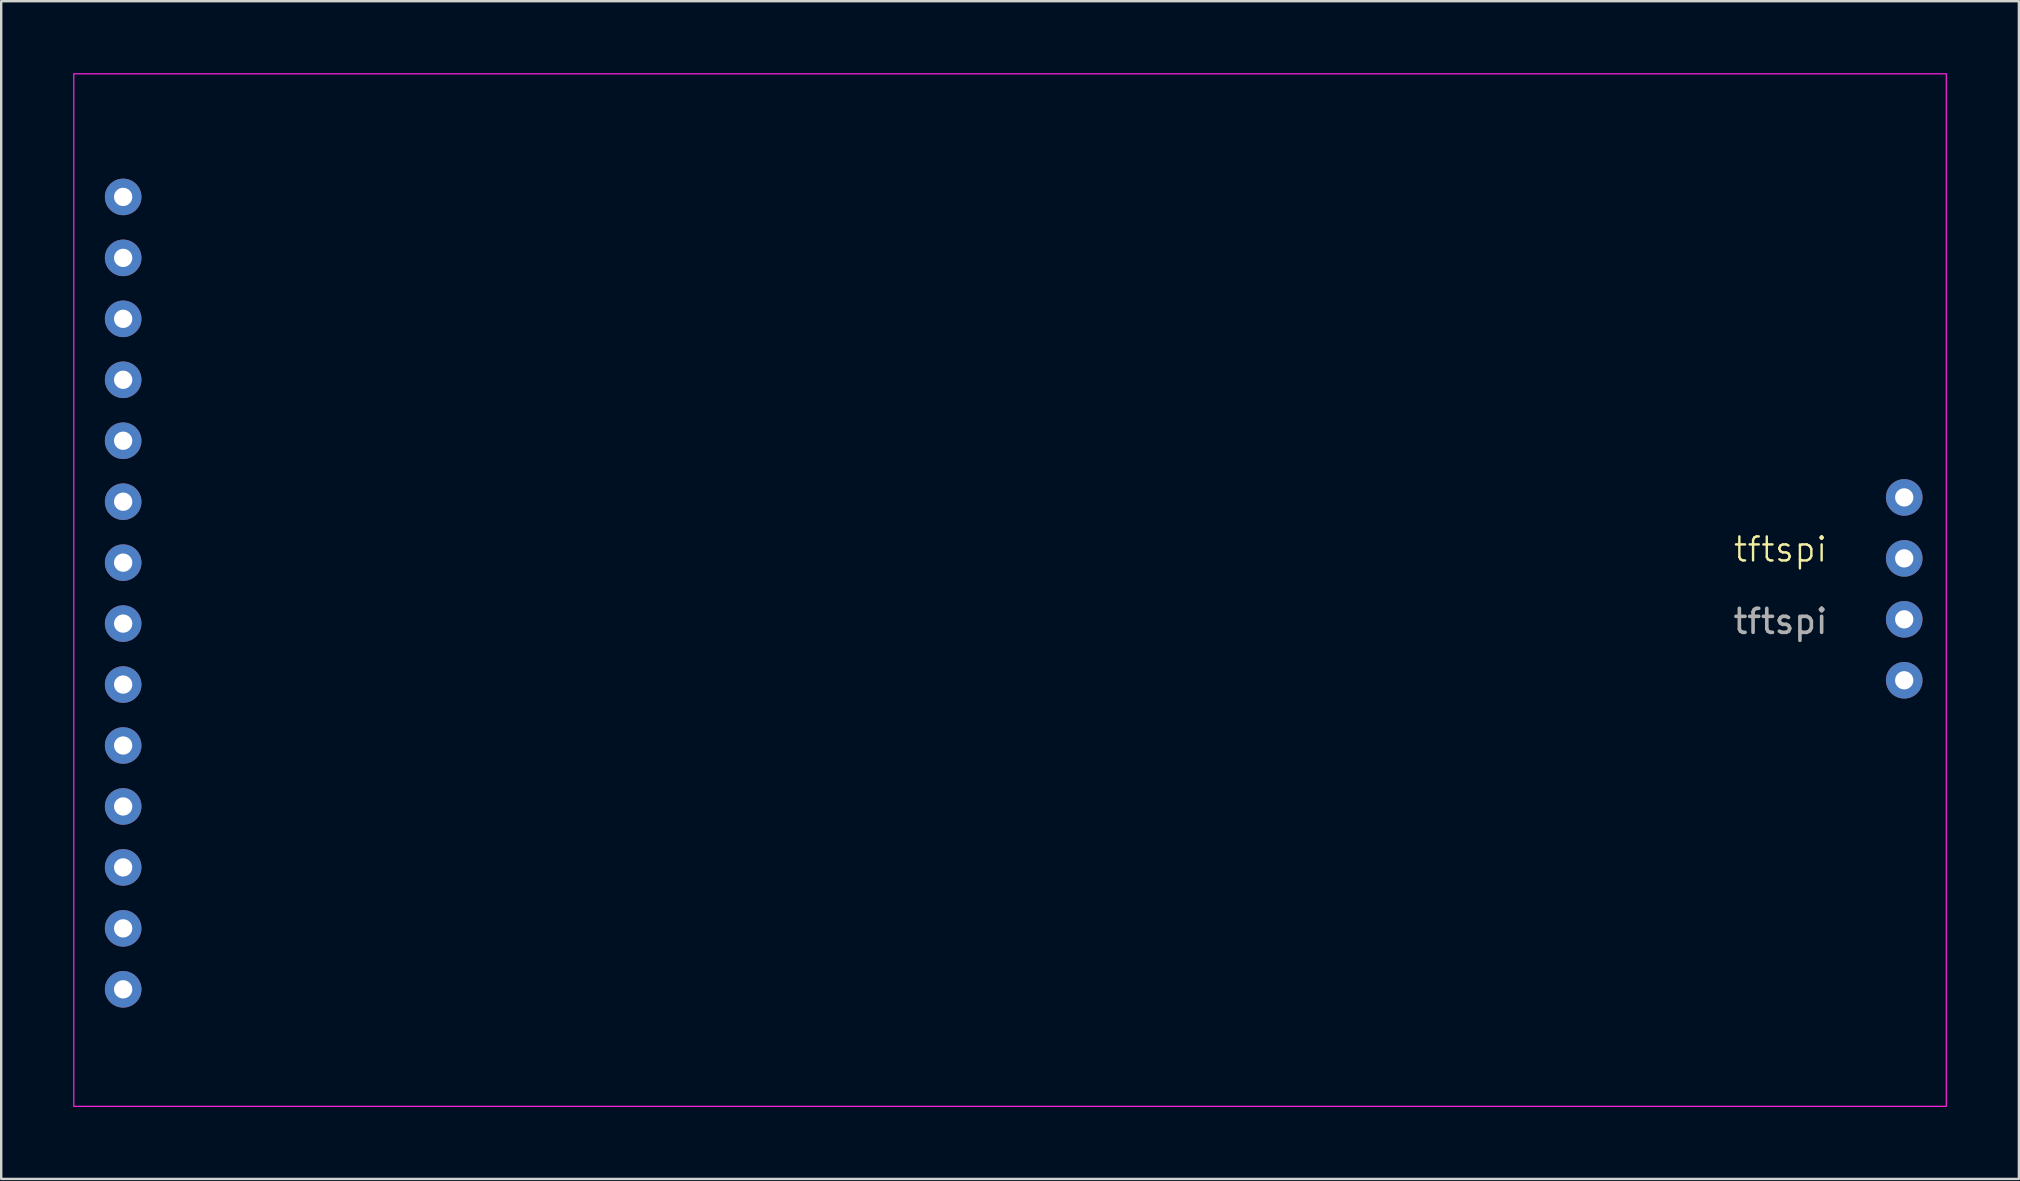
<source format=kicad_pcb>
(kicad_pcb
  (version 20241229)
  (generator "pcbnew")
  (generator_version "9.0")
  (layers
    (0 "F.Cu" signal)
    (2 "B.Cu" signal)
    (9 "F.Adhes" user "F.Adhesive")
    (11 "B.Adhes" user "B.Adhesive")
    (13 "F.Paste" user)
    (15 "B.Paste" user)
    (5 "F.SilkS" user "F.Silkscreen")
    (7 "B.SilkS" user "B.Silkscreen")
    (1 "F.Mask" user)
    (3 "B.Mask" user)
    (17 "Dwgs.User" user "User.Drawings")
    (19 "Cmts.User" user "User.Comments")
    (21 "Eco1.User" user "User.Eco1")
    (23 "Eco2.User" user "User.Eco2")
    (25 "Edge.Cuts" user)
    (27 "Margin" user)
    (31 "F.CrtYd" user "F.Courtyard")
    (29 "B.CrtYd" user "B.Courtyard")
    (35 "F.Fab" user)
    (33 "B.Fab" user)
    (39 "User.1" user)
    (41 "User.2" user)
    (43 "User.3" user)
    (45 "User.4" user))
  (footprint "tftspi"
    (layer "F.Cu")
    (at 71.145 20.345)
    (property "Reference" "tftspi" (at 0 -0.5 0) (unlocked yes) (layer "F.SilkS") (effects (font (size 1 1) (thickness 0.1))))
    (attr through_hole)
    (fp_rect (start -71.12 -20.32) (end 6.909 22.708) (stroke (width 0.05) (type default)) (fill no) (layer "F.CrtYd"))
    (fp_text user "${REFERENCE}" (at 0 2.5 0) (unlocked yes) (layer "F.Fab") (effects (font (size 1 1) (thickness 0.15))))
    (pad "1" thru_hole circle (at -69.063 17.831) (size 1.524 1.524) (drill 0.762) (layers "*.Cu" "*.Mask"))
    (pad "2" thru_hole circle (at -69.063 15.291) (size 1.524 1.524) (drill 0.762) (layers "*.Cu" "*.Mask"))
    (pad "3" thru_hole circle (at -69.063 12.751) (size 1.524 1.524) (drill 0.762) (layers "*.Cu" "*.Mask"))
    (pad "4" thru_hole circle (at -69.063 10.211) (size 1.524 1.524) (drill 0.762) (layers "*.Cu" "*.Mask"))
    (pad "5" thru_hole circle (at -69.063 7.671) (size 1.524 1.524) (drill 0.762) (layers "*.Cu" "*.Mask"))
    (pad "6" thru_hole circle (at -69.063 5.131) (size 1.524 1.524) (drill 0.762) (layers "*.Cu" "*.Mask"))
    (pad "7" thru_hole circle (at -69.063 2.591) (size 1.524 1.524) (drill 0.762) (layers "*.Cu" "*.Mask"))
    (pad "8" thru_hole circle (at -69.063 0.051) (size 1.524 1.524) (drill 0.762) (layers "*.Cu" "*.Mask"))
    (pad "9" thru_hole circle (at -69.063 -2.489) (size 1.524 1.524) (drill 0.762) (layers "*.Cu" "*.Mask"))
    (pad "10" thru_hole circle (at -69.063 -5.029) (size 1.524 1.524) (drill 0.762) (layers "*.Cu" "*.Mask"))
    (pad "11" thru_hole circle (at -69.063 -7.569) (size 1.524 1.524) (drill 0.762) (layers "*.Cu" "*.Mask"))
    (pad "12" thru_hole circle (at -69.063 -10.109) (size 1.524 1.524) (drill 0.762) (layers "*.Cu" "*.Mask"))
    (pad "13" thru_hole circle (at -69.063 -12.649) (size 1.524 1.524) (drill 0.762) (layers "*.Cu" "*.Mask"))
    (pad "14" thru_hole circle (at -69.063 -15.189) (size 1.524 1.524) (drill 0.762) (layers "*.Cu" "*.Mask"))
    (pad "15" thru_hole circle (at 5.156 -2.667) (size 1.524 1.524) (drill 0.762) (layers "*.Cu" "*.Mask"))
    (pad "16" thru_hole circle (at 5.156 -0.127) (size 1.524 1.524) (drill 0.762) (layers "*.Cu" "*.Mask"))
    (pad "17" thru_hole circle (at 5.156 2.413) (size 1.524 1.524) (drill 0.762) (layers "*.Cu" "*.Mask"))
    (pad "18" thru_hole circle (at 5.156 4.953) (size 1.524 1.524) (drill 0.762) (layers "*.Cu" "*.Mask")))
  (gr_rect
    (start -3 -3)
    (end 81.079 46.078)
    (stroke (width 0.1) (type default))
    (fill no)
    (layer "Edge.Cuts")))
</source>
